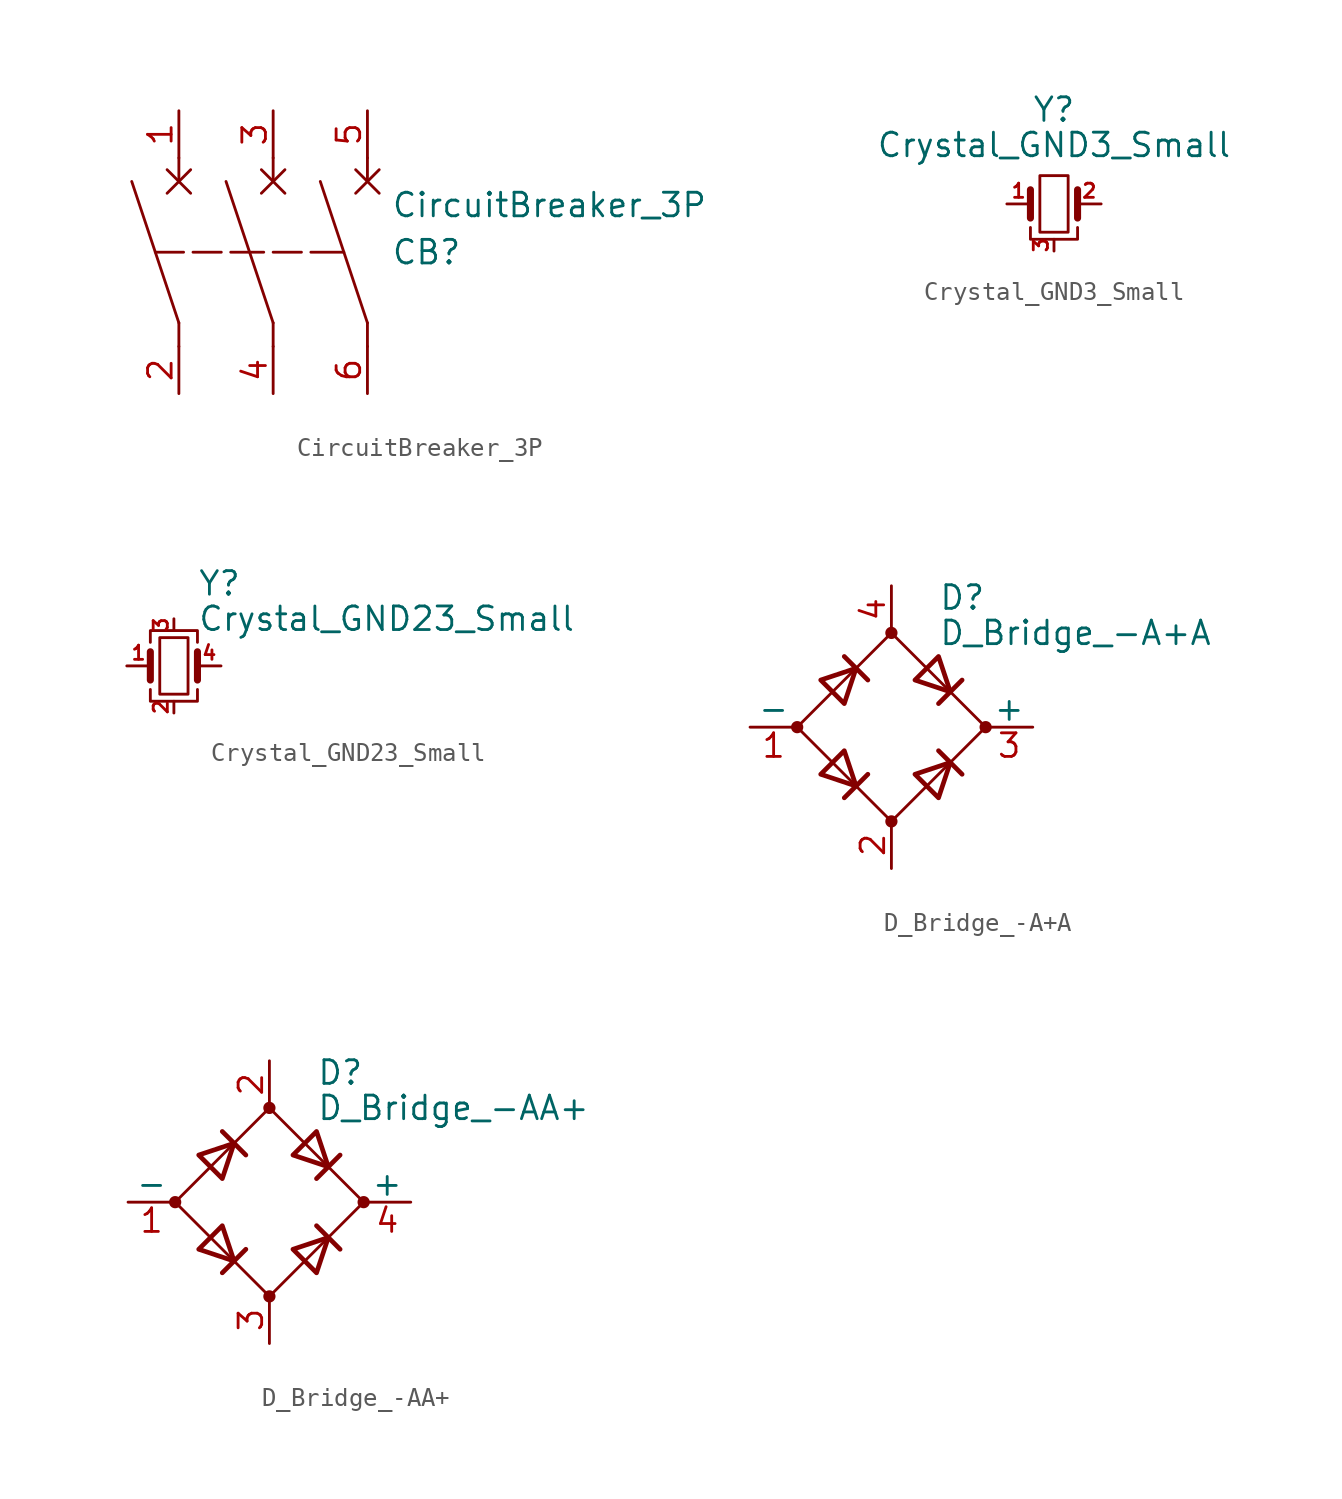
<source format=kicad_sym>
(kicad_symbol_lib
  (version 20211014)
  (generator kicad_symbol_editor)
  (symbol "CircuitBreaker_3P"
    (property "Reference" "CB"
      (at 6.35 0 0)
      (effects (font (size 1.27 1.27)) (justify left)))
    (property "Value" "CircuitBreaker_3P"
      (at 6.35 2.54 0)
      (effects (font (size 1.27 1.27)) (justify left)))
    (symbol "CircuitBreaker_3P_0_1"
      (polyline (pts (xy -6.35 0) (xy -4.826 0)) (stroke (width 0) (type default) (color 0 0 0 0)) (fill (type none)))
      (polyline (pts (xy -5.715 4.445) (xy -4.445 3.175)) (stroke (width 0) (type default) (color 0 0 0 0)) (fill (type none)))
      (polyline (pts (xy -5.08 -5.08) (xy -5.08 -3.81)) (stroke (width 0) (type default) (color 0 0 0 0)) (fill (type none)))
      (polyline (pts (xy -5.08 -3.81) (xy -7.62 3.81)) (stroke (width 0) (type default) (color 0 0 0 0)) (fill (type none)))
      (polyline (pts (xy -5.08 5.08) (xy -5.08 3.81)) (stroke (width 0) (type default) (color 0 0 0 0)) (fill (type none)))
      (polyline (pts (xy -4.445 4.445) (xy -5.715 3.175)) (stroke (width 0) (type default) (color 0 0 0 0)) (fill (type none)))
      (polyline (pts (xy -2.286 0) (xy -0.508 0)) (stroke (width 0) (type default) (color 0 0 0 0)) (fill (type none)))
      (polyline (pts (xy 0 -5.08) (xy 0 -3.81)) (stroke (width 0) (type default) (color 0 0 0 0)) (fill (type none)))
      (polyline (pts (xy 0 -3.81) (xy -2.54 3.81)) (stroke (width 0) (type default) (color 0 0 0 0)) (fill (type none)))
      (polyline (pts (xy 0 0) (xy 1.524 0)) (stroke (width 0) (type default) (color 0 0 0 0)) (fill (type none)))
      (polyline (pts (xy 0 5.08) (xy 0 3.81)) (stroke (width 0) (type default) (color 0 0 0 0)) (fill (type none)))
      (polyline (pts (xy 0.635 4.445) (xy -0.635 3.175)) (stroke (width 0) (type default) (color 0 0 0 0)) (fill (type none)))
      (polyline (pts (xy 2.032 0) (xy 3.81 0)) (stroke (width 0) (type default) (color 0 0 0 0)) (fill (type none)))
      (polyline (pts (xy 4.445 4.445) (xy 5.715 3.175)) (stroke (width 0) (type default) (color 0 0 0 0)) (fill (type none)))
      (polyline (pts (xy 5.08 -5.08) (xy 5.08 -3.81)) (stroke (width 0) (type default) (color 0 0 0 0)) (fill (type none)))
      (polyline (pts (xy 5.08 -3.81) (xy 2.54 3.81)) (stroke (width 0) (type default) (color 0 0 0 0)) (fill (type none)))
      (polyline (pts (xy 5.08 5.08) (xy 5.08 3.81)) (stroke (width 0) (type default) (color 0 0 0 0)) (fill (type none)))
      (polyline (pts (xy 5.715 4.445) (xy 4.445 3.175)) (stroke (width 0) (type default) (color 0 0 0 0)) (fill (type none)))
      (polyline (pts (xy -4.318 0) (xy -2.794 0) (xy -3.048 0)) (stroke (width 0) (type default) (color 0 0 0 0)) (fill (type none)))
      (polyline (pts (xy -0.635 4.445) (xy 0 3.81) (xy 0.635 3.175)) (stroke (width 0) (type default) (color 0 0 0 0)) (fill (type none))))
    (symbol "CircuitBreaker_3P_1_1"
      (pin passive line (at -5.08 7.62 270) (length 2.54) (name "~" (effects (font (size 1.27 1.27)))) (number "1" (effects (font (size 1.27 1.27)))))
      (pin passive line (at -5.08 -7.62 90) (length 2.54) (name "~" (effects (font (size 1.27 1.27)))) (number "2" (effects (font (size 1.27 1.27)))))
      (pin passive line (at 0 7.62 270) (length 2.54) (name "~" (effects (font (size 1.27 1.27)))) (number "3" (effects (font (size 1.27 1.27)))))
      (pin passive line (at 0 -7.62 90) (length 2.54) (name "~" (effects (font (size 1.27 1.27)))) (number "4" (effects (font (size 1.27 1.27)))))
      (pin passive line (at 5.08 7.62 270) (length 2.54) (name "~" (effects (font (size 1.27 1.27)))) (number "5" (effects (font (size 1.27 1.27)))))
      (pin passive line (at 5.08 -7.62 90) (length 2.54) (name "~" (effects (font (size 1.27 1.27)))) (number "6" (effects (font (size 1.27 1.27)))))))
  (symbol "Crystal_GND3_Small"
    (pin_names
      (offset 1.016) hide)
    (property "Reference" "Y"
      (at 0 5.08 0)
      (effects (font (size 1.27 1.27))))
    (property "Value" "Crystal_GND3_Small"
      (at 0 3.175 0)
      (effects (font (size 1.27 1.27))))
    (symbol "Crystal_GND3_Small_0_1"
      (rectangle (start -0.762 -1.524) (end 0.762 1.524) (stroke (width 0) (type default) (color 0 0 0 0)) (fill (type none)))
      (polyline (pts (xy -1.27 -0.762) (xy -1.27 0.762)) (stroke (width 0.381) (type default) (color 0 0 0 0)) (fill (type none)))
      (polyline (pts (xy 1.27 -0.762) (xy 1.27 0.762)) (stroke (width 0.381) (type default) (color 0 0 0 0)) (fill (type none)))
      (polyline (pts (xy -1.27 -1.27) (xy -1.27 -1.905) (xy 1.27 -1.905) (xy 1.27 -1.27)) (stroke (width 0) (type default) (color 0 0 0 0)) (fill (type none))))
    (symbol "Crystal_GND3_Small_1_1"
      (pin passive line (at -2.54 0 0) (length 1.27) (name "1" (effects (font (size 1.27 1.27)))) (number "1" (effects (font (size 0.762 0.762)))))
      (pin passive line (at 2.54 0 180) (length 1.27) (name "2" (effects (font (size 1.27 1.27)))) (number "2" (effects (font (size 0.762 0.762)))))
      (pin passive line (at 0 -2.54 90) (length 0.635) (name "3" (effects (font (size 1.27 1.27)))) (number "3" (effects (font (size 0.762 0.762)))))))
  (symbol "Crystal_GND23_Small"
    (pin_names
      (offset 1.016) hide)
    (property "Reference" "Y"
      (at 1.27 4.445 0)
      (effects (font (size 1.27 1.27)) (justify left)))
    (property "Value" "Crystal_GND23_Small"
      (at 1.27 2.54 0)
      (effects (font (size 1.27 1.27)) (justify left)))
    (symbol "Crystal_GND23_Small_0_1"
      (rectangle (start -0.762 -1.524) (end 0.762 1.524) (stroke (width 0) (type default) (color 0 0 0 0)) (fill (type none)))
      (polyline (pts (xy -1.27 -0.762) (xy -1.27 0.762)) (stroke (width 0.381) (type default) (color 0 0 0 0)) (fill (type none)))
      (polyline (pts (xy 1.27 -0.762) (xy 1.27 0.762)) (stroke (width 0.381) (type default) (color 0 0 0 0)) (fill (type none)))
      (polyline (pts (xy -1.27 -1.27) (xy -1.27 -1.905) (xy 1.27 -1.905) (xy 1.27 -1.27)) (stroke (width 0) (type default) (color 0 0 0 0)) (fill (type none)))
      (polyline (pts (xy -1.27 1.27) (xy -1.27 1.905) (xy 1.27 1.905) (xy 1.27 1.27)) (stroke (width 0) (type default) (color 0 0 0 0)) (fill (type none))))
    (symbol "Crystal_GND23_Small_1_1"
      (pin passive line (at -2.54 0 0) (length 1.27) (name "1" (effects (font (size 1.27 1.27)))) (number "1" (effects (font (size 0.762 0.762)))))
      (pin passive line (at 0 -2.54 90) (length 0.635) (name "2" (effects (font (size 1.27 1.27)))) (number "2" (effects (font (size 0.762 0.762)))))
      (pin passive line (at 0 2.54 270) (length 0.635) (name "3" (effects (font (size 1.27 1.27)))) (number "3" (effects (font (size 0.762 0.762)))))
      (pin passive line (at 2.54 0 180) (length 1.27) (name "4" (effects (font (size 1.27 1.27)))) (number "4" (effects (font (size 0.762 0.762)))))))
  (symbol "D_Bridge_-A+A"
    (pin_names
      (offset 0))
    (property "Reference" "D"
      (at 2.54 6.985 0)
      (effects (font (size 1.27 1.27)) (justify left)))
    (property "Value" "D_Bridge_-A+A"
      (at 2.54 5.08 0)
      (effects (font (size 1.27 1.27)) (justify left)))
    (symbol "D_Bridge_-A+A_0_1"
      (circle (center -5.08 0) (radius 0.254) (stroke (width 0) (type default) (color 0 0 0 0)) (fill (type outline)))
      (circle (center 0 -5.08) (radius 0.254) (stroke (width 0) (type default) (color 0 0 0 0)) (fill (type outline)))
      (polyline (pts (xy -2.54 3.81) (xy -1.27 2.54)) (stroke (width 0.254) (type default) (color 0 0 0 0)) (fill (type none)))
      (polyline (pts (xy -1.27 -2.54) (xy -2.54 -3.81)) (stroke (width 0.254) (type default) (color 0 0 0 0)) (fill (type none)))
      (polyline (pts (xy 2.54 -1.27) (xy 3.81 -2.54)) (stroke (width 0.254) (type default) (color 0 0 0 0)) (fill (type none)))
      (polyline (pts (xy 2.54 1.27) (xy 3.81 2.54)) (stroke (width 0.254) (type default) (color 0 0 0 0)) (fill (type none)))
      (polyline (pts (xy -3.81 2.54) (xy -2.54 1.27) (xy -1.905 3.175) (xy -3.81 2.54)) (stroke (width 0.254) (type default) (color 0 0 0 0)) (fill (type none)))
      (polyline (pts (xy -2.54 -1.27) (xy -3.81 -2.54) (xy -1.905 -3.175) (xy -2.54 -1.27)) (stroke (width 0.254) (type default) (color 0 0 0 0)) (fill (type none)))
      (polyline (pts (xy 1.27 2.54) (xy 2.54 3.81) (xy 3.175 1.905) (xy 1.27 2.54)) (stroke (width 0.254) (type default) (color 0 0 0 0)) (fill (type none)))
      (polyline (pts (xy 3.175 -1.905) (xy 1.27 -2.54) (xy 2.54 -3.81) (xy 3.175 -1.905)) (stroke (width 0.254) (type default) (color 0 0 0 0)) (fill (type none)))
      (polyline (pts (xy -5.08 0) (xy 0 -5.08) (xy 5.08 0) (xy 0 5.08) (xy -5.08 0)) (stroke (width 0) (type default) (color 0 0 0 0)) (fill (type none)))
      (circle (center 0 5.08) (radius 0.254) (stroke (width 0) (type default) (color 0 0 0 0)) (fill (type outline)))
      (circle (center 5.08 0) (radius 0.254) (stroke (width 0) (type default) (color 0 0 0 0)) (fill (type outline))))
    (symbol "D_Bridge_-A+A_1_1"
      (pin passive line (at -7.62 0 0) (length 2.54) (name "-" (effects (font (size 1.27 1.27)))) (number "1" (effects (font (size 1.27 1.27)))))
      (pin passive line (at 0 -7.62 90) (length 2.54) (name "~" (effects (font (size 1.27 1.27)))) (number "2" (effects (font (size 1.27 1.27)))))
      (pin passive line (at 7.62 0 180) (length 2.54) (name "+" (effects (font (size 1.27 1.27)))) (number "3" (effects (font (size 1.27 1.27)))))
      (pin passive line (at 0 7.62 270) (length 2.54) (name "~" (effects (font (size 1.27 1.27)))) (number "4" (effects (font (size 1.27 1.27)))))))
  (symbol "D_Bridge_-AA+"
    (pin_names
      (offset 0))
    (property "Reference" "D"
      (at 2.54 6.985 0)
      (effects (font (size 1.27 1.27)) (justify left)))
    (property "Value" "D_Bridge_-AA+"
      (at 2.54 5.08 0)
      (effects (font (size 1.27 1.27)) (justify left)))
    (symbol "D_Bridge_-AA+_0_1"
      (circle (center -5.08 0) (radius 0.254) (stroke (width 0) (type default) (color 0 0 0 0)) (fill (type outline)))
      (circle (center 0 -5.08) (radius 0.254) (stroke (width 0) (type default) (color 0 0 0 0)) (fill (type outline)))
      (polyline (pts (xy -2.54 3.81) (xy -1.27 2.54)) (stroke (width 0.254) (type default) (color 0 0 0 0)) (fill (type none)))
      (polyline (pts (xy -1.27 -2.54) (xy -2.54 -3.81)) (stroke (width 0.254) (type default) (color 0 0 0 0)) (fill (type none)))
      (polyline (pts (xy 2.54 -1.27) (xy 3.81 -2.54)) (stroke (width 0.254) (type default) (color 0 0 0 0)) (fill (type none)))
      (polyline (pts (xy 2.54 1.27) (xy 3.81 2.54)) (stroke (width 0.254) (type default) (color 0 0 0 0)) (fill (type none)))
      (polyline (pts (xy -3.81 2.54) (xy -2.54 1.27) (xy -1.905 3.175) (xy -3.81 2.54)) (stroke (width 0.254) (type default) (color 0 0 0 0)) (fill (type none)))
      (polyline (pts (xy -2.54 -1.27) (xy -3.81 -2.54) (xy -1.905 -3.175) (xy -2.54 -1.27)) (stroke (width 0.254) (type default) (color 0 0 0 0)) (fill (type none)))
      (polyline (pts (xy 1.27 2.54) (xy 2.54 3.81) (xy 3.175 1.905) (xy 1.27 2.54)) (stroke (width 0.254) (type default) (color 0 0 0 0)) (fill (type none)))
      (polyline (pts (xy 3.175 -1.905) (xy 1.27 -2.54) (xy 2.54 -3.81) (xy 3.175 -1.905)) (stroke (width 0.254) (type default) (color 0 0 0 0)) (fill (type none)))
      (polyline (pts (xy -5.08 0) (xy 0 -5.08) (xy 5.08 0) (xy 0 5.08) (xy -5.08 0)) (stroke (width 0) (type default) (color 0 0 0 0)) (fill (type none)))
      (circle (center 0 5.08) (radius 0.254) (stroke (width 0) (type default) (color 0 0 0 0)) (fill (type outline)))
      (circle (center 5.08 0) (radius 0.254) (stroke (width 0) (type default) (color 0 0 0 0)) (fill (type outline))))
    (symbol "D_Bridge_-AA+_1_1"
      (pin passive line (at -7.62 0 0) (length 2.54) (name "-" (effects (font (size 1.27 1.27)))) (number "1" (effects (font (size 1.27 1.27)))))
      (pin passive line (at 0 7.62 270) (length 2.54) (name "~" (effects (font (size 1.27 1.27)))) (number "2" (effects (font (size 1.27 1.27)))))
      (pin passive line (at 0 -7.62 90) (length 2.54) (name "~" (effects (font (size 1.27 1.27)))) (number "3" (effects (font (size 1.27 1.27)))))
      (pin passive line (at 7.62 0 180) (length 2.54) (name "+" (effects (font (size 1.27 1.27)))) (number "4" (effects (font (size 1.27 1.27))))))))
</source>
